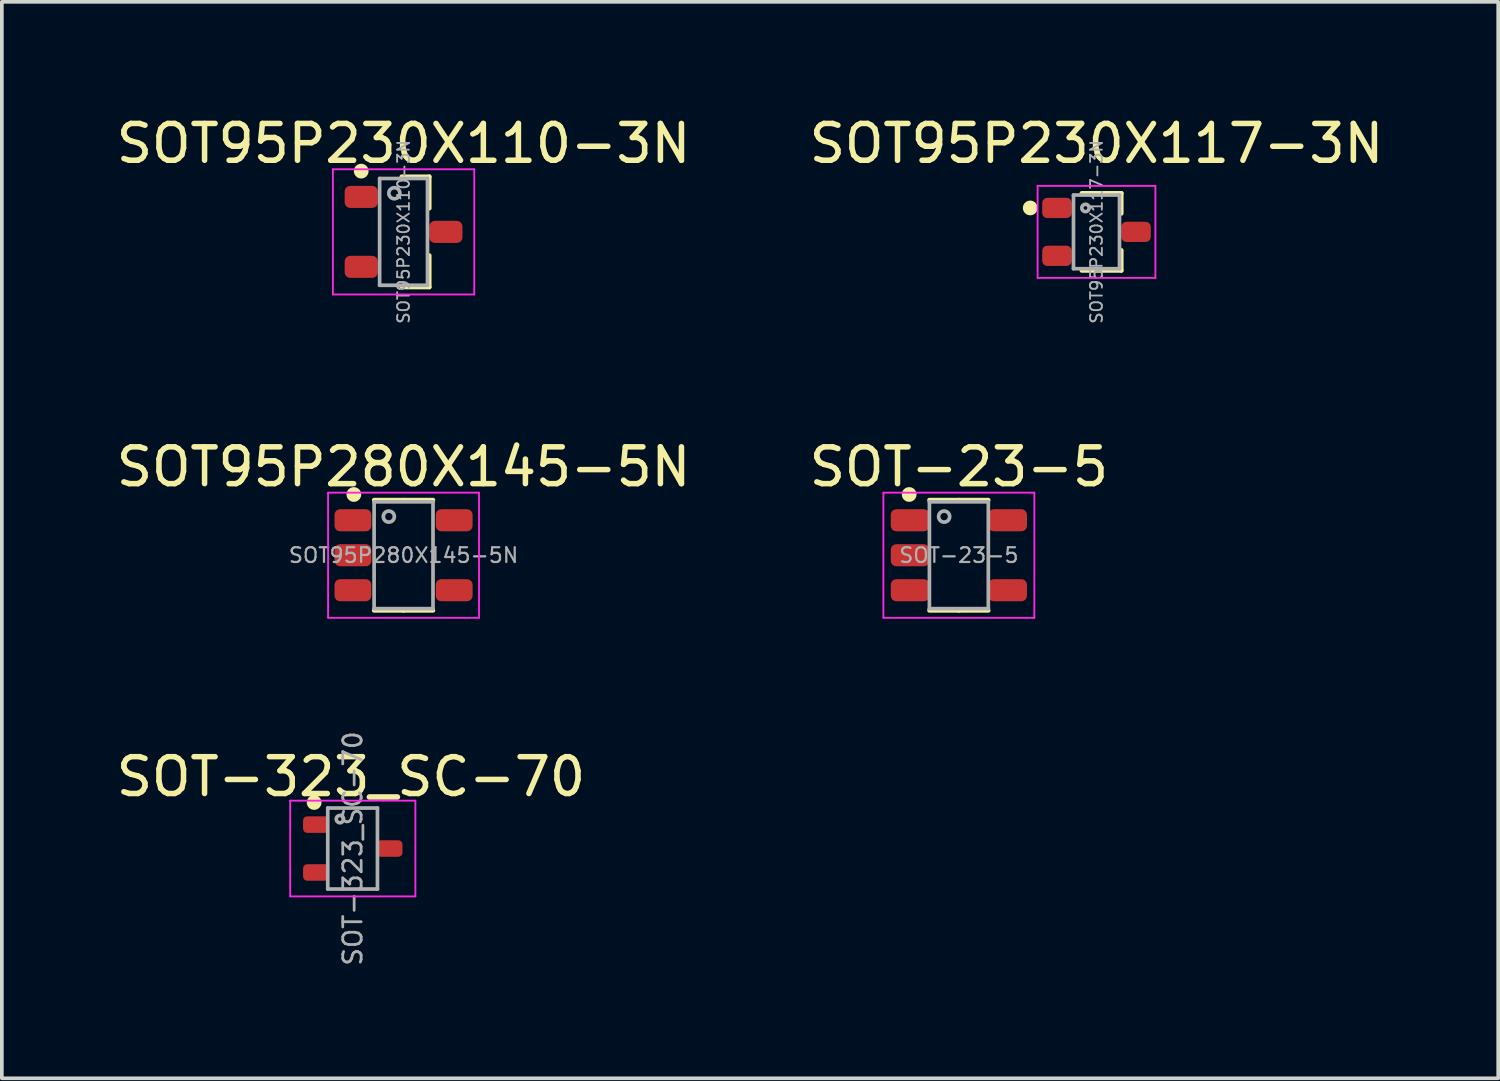
<source format=kicad_pcb>
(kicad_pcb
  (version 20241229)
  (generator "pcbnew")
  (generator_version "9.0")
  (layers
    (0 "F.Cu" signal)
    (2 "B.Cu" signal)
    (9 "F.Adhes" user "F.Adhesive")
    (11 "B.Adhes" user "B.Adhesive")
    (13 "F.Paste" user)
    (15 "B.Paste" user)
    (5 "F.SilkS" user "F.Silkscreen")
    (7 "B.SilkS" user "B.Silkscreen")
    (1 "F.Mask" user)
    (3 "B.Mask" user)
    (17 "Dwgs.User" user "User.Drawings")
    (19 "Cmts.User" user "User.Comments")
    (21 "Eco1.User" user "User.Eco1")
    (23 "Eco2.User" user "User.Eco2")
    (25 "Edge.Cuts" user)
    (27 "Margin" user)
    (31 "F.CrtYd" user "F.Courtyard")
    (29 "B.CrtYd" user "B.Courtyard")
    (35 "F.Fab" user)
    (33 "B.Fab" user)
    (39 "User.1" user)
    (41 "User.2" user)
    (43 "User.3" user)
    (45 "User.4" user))
  (footprint "SOT-323_SC-70"
    (layer "F.Cu")
    (at 6.532 19.997)
    (property "Reference" "SOT-323_SC-70" (at -0.05 -1.95 0) (layer "F.SilkS") (effects (font (size 1 1) (thickness 0.15))))
    (attr smd)
    (fp_circle (center -1.05 -1.25) (end -0.9 -1.25) (stroke (width 0.1) (type solid)) (fill yes) (layer "F.SilkS"))
    (fp_line (start -1.7 -1.3) (end 1.7 -1.3) (stroke (width 0.05) (type solid)) (layer "F.CrtYd"))
    (fp_line (start -1.7 1.3) (end -1.7 -1.3) (stroke (width 0.05) (type solid)) (layer "F.CrtYd"))
    (fp_line (start 1.7 -1.3) (end 1.7 1.3) (stroke (width 0.05) (type solid)) (layer "F.CrtYd"))
    (fp_line (start 1.7 1.3) (end -1.7 1.3) (stroke (width 0.05) (type solid)) (layer "F.CrtYd"))
    (fp_line (start -0.68 -1.1) (end -0.68 1.1) (stroke (width 0.1) (type solid)) (layer "F.Fab"))
    (fp_line (start 0.67 -1.1) (end -0.68 -1.1) (stroke (width 0.1) (type solid)) (layer "F.Fab"))
    (fp_line (start 0.67 -1.1) (end 0.67 1.1) (stroke (width 0.1) (type solid)) (layer "F.Fab"))
    (fp_line (start 0.67 1.1) (end -0.68 1.1) (stroke (width 0.1) (type solid)) (layer "F.Fab"))
    (fp_circle (center -0.35 -0.8) (end -0.25 -0.8) (stroke (width 0.1) (type solid)) (fill no) (layer "F.Fab"))
    (fp_text user "${REFERENCE}" (at 0 0 90) (layer "F.Fab") (effects (font (size 0.5 0.5) (thickness 0.075))))
    (pad "1" smd roundrect (at -1 -0.65 270) (size 0.45 0.7) (layers "F.Cu" "F.Mask" "F.Paste") (roundrect_rratio 0.25))
    (pad "2" smd roundrect (at -1 0.65 270) (size 0.45 0.7) (layers "F.Cu" "F.Mask" "F.Paste") (roundrect_rratio 0.25))
    (pad "3" smd roundrect (at 1 0 270) (size 0.45 0.7) (layers "F.Cu" "F.Mask" "F.Paste") (roundrect_rratio 0.25)))
  (footprint "SOT95P280X145-5N"
    (layer "F.Cu")
    (at 7.911 12.031)
    (property "Reference" "SOT95P280X145-5N" (at 0 -2.4 0) (layer "F.SilkS") (effects (font (size 1 1) (thickness 0.15))))
    (attr smd)
    (fp_line (start 0 -1.5) (end -0.8 -1.5) (stroke (width 0.12) (type solid)) (layer "F.SilkS"))
    (fp_line (start 0 -1.5) (end 0.8 -1.5) (stroke (width 0.12) (type solid)) (layer "F.SilkS"))
    (fp_line (start 0 1.5) (end -0.8 1.5) (stroke (width 0.12) (type solid)) (layer "F.SilkS"))
    (fp_line (start 0 1.5) (end 0.8 1.5) (stroke (width 0.12) (type solid)) (layer "F.SilkS"))
    (fp_circle (center -1.35 -1.65) (end -1.2 -1.65) (stroke (width 0.1) (type solid)) (fill yes) (layer "F.SilkS"))
    (fp_line (start -2.05 -1.7) (end -2.05 1.7) (stroke (width 0.05) (type solid)) (layer "F.CrtYd"))
    (fp_line (start -2.05 1.7) (end 2.05 1.7) (stroke (width 0.05) (type solid)) (layer "F.CrtYd"))
    (fp_line (start 2.05 -1.7) (end -2.05 -1.7) (stroke (width 0.05) (type solid)) (layer "F.CrtYd"))
    (fp_line (start 2.05 1.7) (end 2.05 -1.7) (stroke (width 0.05) (type solid)) (layer "F.CrtYd"))
    (fp_line (start -0.8 -1.45) (end 0.8 -1.45) (stroke (width 0.1) (type solid)) (layer "F.Fab"))
    (fp_line (start -0.8 1.45) (end -0.8 -1.45) (stroke (width 0.1) (type solid)) (layer "F.Fab"))
    (fp_line (start 0.8 -1.45) (end 0.8 1.45) (stroke (width 0.1) (type solid)) (layer "F.Fab"))
    (fp_line (start 0.8 1.45) (end -0.8 1.45) (stroke (width 0.1) (type solid)) (layer "F.Fab"))
    (fp_circle (center -0.4 -1.05) (end -0.25 -1.05) (stroke (width 0.1) (type solid)) (fill no) (layer "F.Fab"))
    (fp_text user "${REFERENCE}" (at 0 0 0) (layer "F.Fab") (effects (font (size 0.4 0.4) (thickness 0.06))))
    (pad "1" smd roundrect (at -1.375 -0.95) (size 1 0.6) (layers "F.Cu" "F.Mask" "F.Paste") (roundrect_rratio 0.25))
    (pad "2" smd roundrect (at -1.375 0) (size 1 0.6) (layers "F.Cu" "F.Mask" "F.Paste") (roundrect_rratio 0.25))
    (pad "3" smd roundrect (at -1.375 0.95) (size 1 0.6) (layers "F.Cu" "F.Mask" "F.Paste") (roundrect_rratio 0.25))
    (pad "4" smd roundrect (at 1.375 0.95) (size 1 0.6) (layers "F.Cu" "F.Mask" "F.Paste") (roundrect_rratio 0.25))
    (pad "5" smd roundrect (at 1.375 -0.95) (size 1 0.6) (layers "F.Cu" "F.Mask" "F.Paste") (roundrect_rratio 0.25)))
  (footprint "SOT95P230X110-3N"
    (layer "F.Cu")
    (at 7.911 3.248)
    (property "Reference" "SOT95P230X110-3N" (at 0 -2.4 0) (layer "F.SilkS") (effects (font (size 1 1) (thickness 0.15))))
    (attr smd)
    (fp_line (start -0.05 -1.5) (end 0.7 -1.5) (stroke (width 0.12) (type solid)) (layer "F.SilkS"))
    (fp_line (start -0.05 1.5) (end 0.7 1.5) (stroke (width 0.12) (type solid)) (layer "F.SilkS"))
    (fp_line (start 0.7 -0.64) (end 0.7 -1.5) (stroke (width 0.12) (type solid)) (layer "F.SilkS"))
    (fp_line (start 0.7 0.64) (end 0.7 1.5) (stroke (width 0.12) (type solid)) (layer "F.SilkS"))
    (fp_circle (center -1.15 -1.65) (end -1 -1.65) (stroke (width 0.1) (type solid)) (fill yes) (layer "F.SilkS"))
    (fp_line (start -1.92 -1.7) (end -1.92 1.7) (stroke (width 0.05) (type solid)) (layer "F.CrtYd"))
    (fp_line (start -1.92 1.7) (end 1.92 1.7) (stroke (width 0.05) (type solid)) (layer "F.CrtYd"))
    (fp_line (start 1.92 -1.7) (end -1.92 -1.7) (stroke (width 0.05) (type solid)) (layer "F.CrtYd"))
    (fp_line (start 1.92 1.7) (end 1.92 -1.7) (stroke (width 0.05) (type solid)) (layer "F.CrtYd"))
    (fp_line (start -0.65 -1.45) (end 0.65 -1.45) (stroke (width 0.1) (type solid)) (layer "F.Fab"))
    (fp_line (start -0.65 1.45) (end -0.65 -1.45) (stroke (width 0.1) (type solid)) (layer "F.Fab"))
    (fp_line (start 0.65 -1.45) (end 0.65 1.45) (stroke (width 0.1) (type solid)) (layer "F.Fab"))
    (fp_line (start 0.65 1.45) (end -0.65 1.45) (stroke (width 0.1) (type solid)) (layer "F.Fab"))
    (fp_circle (center -0.25 -1.05) (end -0.1 -1.05) (stroke (width 0.1) (type solid)) (fill no) (layer "F.Fab"))
    (fp_text user "${REFERENCE}" (at 0 0 90) (layer "F.Fab") (effects (font (size 0.32 0.32) (thickness 0.05))))
    (pad "1" smd roundrect (at -1.15 -0.95) (size 0.9 0.6) (layers "F.Cu" "F.Mask" "F.Paste") (roundrect_rratio 0.25))
    (pad "2" smd roundrect (at -1.15 0.95) (size 0.9 0.6) (layers "F.Cu" "F.Mask" "F.Paste") (roundrect_rratio 0.25))
    (pad "3" smd roundrect (at 1.15 0) (size 0.9 0.6) (layers "F.Cu" "F.Mask" "F.Paste") (roundrect_rratio 0.25)))
  (footprint "SOT95P230X117-3N"
    (layer "F.Cu")
    (at 26.732 3.248)
    (property "Reference" "SOT95P230X117-3N" (at 0 -2.4 0) (layer "F.SilkS") (effects (font (size 1 1) (thickness 0.15))))
    (attr smd)
    (fp_line (start -0.4 -1.05) (end 0.675 -1.05) (stroke (width 0.12) (type solid)) (layer "F.SilkS"))
    (fp_line (start -0.4 1.05) (end 0.675 1.05) (stroke (width 0.12) (type solid)) (layer "F.SilkS"))
    (fp_line (start 0.675 -0.5) (end 0.675 -1.05) (stroke (width 0.12) (type solid)) (layer "F.SilkS"))
    (fp_line (start 0.675 1.05) (end 0.675 0.5) (stroke (width 0.12) (type solid)) (layer "F.SilkS"))
    (fp_circle (center -1.8 -0.65) (end -1.65 -0.65) (stroke (width 0.1) (type solid)) (fill yes) (layer "F.SilkS"))
    (fp_line (start -1.6 -1.25) (end -1.6 1.25) (stroke (width 0.05) (type solid)) (layer "F.CrtYd"))
    (fp_line (start -1.6 1.25) (end 1.6 1.25) (stroke (width 0.05) (type solid)) (layer "F.CrtYd"))
    (fp_line (start 1.6 -1.25) (end -1.6 -1.25) (stroke (width 0.05) (type solid)) (layer "F.CrtYd"))
    (fp_line (start 1.6 1.25) (end 1.6 -1.25) (stroke (width 0.05) (type solid)) (layer "F.CrtYd"))
    (fp_line (start -0.625 -1) (end 0.625 -1) (stroke (width 0.1) (type solid)) (layer "F.Fab"))
    (fp_line (start -0.625 1) (end -0.625 -1) (stroke (width 0.1) (type solid)) (layer "F.Fab"))
    (fp_line (start 0.625 -1) (end 0.625 1) (stroke (width 0.1) (type solid)) (layer "F.Fab"))
    (fp_line (start 0.625 1) (end -0.625 1) (stroke (width 0.1) (type solid)) (layer "F.Fab"))
    (fp_circle (center -0.3 -0.65) (end -0.2 -0.65) (stroke (width 0.1) (type solid)) (fill no) (layer "F.Fab"))
    (fp_text user "${REFERENCE}" (at 0 0 90) (layer "F.Fab") (effects (font (size 0.32 0.32) (thickness 0.05))))
    (pad "1" smd roundrect (at -1.075 -0.65) (size 0.8 0.55) (layers "F.Cu" "F.Mask" "F.Paste") (roundrect_rratio 0.25))
    (pad "2" smd roundrect (at -1.075 0.65) (size 0.8 0.55) (layers "F.Cu" "F.Mask" "F.Paste") (roundrect_rratio 0.25))
    (pad "3" smd roundrect (at 1.075 0) (size 0.8 0.55) (layers "F.Cu" "F.Mask" "F.Paste") (roundrect_rratio 0.25)))
  (footprint "SOT-23-5"
    (layer "F.Cu")
    (at 22.994 12.031)
    (property "Reference" "SOT-23-5" (at 0 -2.4 0) (layer "F.SilkS") (effects (font (size 1 1) (thickness 0.15))))
    (attr smd)
    (fp_line (start 0 -1.5) (end -0.8 -1.5) (stroke (width 0.12) (type solid)) (layer "F.SilkS"))
    (fp_line (start 0 -1.5) (end 0.8 -1.5) (stroke (width 0.12) (type solid)) (layer "F.SilkS"))
    (fp_line (start 0 1.5) (end -0.8 1.5) (stroke (width 0.12) (type solid)) (layer "F.SilkS"))
    (fp_line (start 0 1.5) (end 0.8 1.5) (stroke (width 0.12) (type solid)) (layer "F.SilkS"))
    (fp_circle (center -1.35 -1.65) (end -1.2 -1.65) (stroke (width 0.1) (type solid)) (fill yes) (layer "F.SilkS"))
    (fp_line (start -2.05 -1.7) (end -2.05 1.7) (stroke (width 0.05) (type solid)) (layer "F.CrtYd"))
    (fp_line (start -2.05 1.7) (end 2.05 1.7) (stroke (width 0.05) (type solid)) (layer "F.CrtYd"))
    (fp_line (start 2.05 -1.7) (end -2.05 -1.7) (stroke (width 0.05) (type solid)) (layer "F.CrtYd"))
    (fp_line (start 2.05 1.7) (end 2.05 -1.7) (stroke (width 0.05) (type solid)) (layer "F.CrtYd"))
    (fp_line (start -0.8 -1.45) (end 0.8 -1.45) (stroke (width 0.1) (type solid)) (layer "F.Fab"))
    (fp_line (start -0.8 1.45) (end -0.8 -1.45) (stroke (width 0.1) (type solid)) (layer "F.Fab"))
    (fp_line (start 0.8 -1.45) (end 0.8 1.45) (stroke (width 0.1) (type solid)) (layer "F.Fab"))
    (fp_line (start 0.8 1.45) (end -0.8 1.45) (stroke (width 0.1) (type solid)) (layer "F.Fab"))
    (fp_circle (center -0.4 -1.05) (end -0.25 -1.05) (stroke (width 0.1) (type solid)) (fill no) (layer "F.Fab"))
    (fp_text user "${REFERENCE}" (at 0 0 0) (layer "F.Fab") (effects (font (size 0.4 0.4) (thickness 0.06))))
    (pad "1" smd roundrect (at -1.325 -0.95) (size 1.05 0.6) (layers "F.Cu" "F.Mask" "F.Paste") (roundrect_rratio 0.25))
    (pad "2" smd roundrect (at -1.325 0) (size 1.05 0.6) (layers "F.Cu" "F.Mask" "F.Paste") (roundrect_rratio 0.25))
    (pad "3" smd roundrect (at -1.325 0.95) (size 1.05 0.6) (layers "F.Cu" "F.Mask" "F.Paste") (roundrect_rratio 0.25))
    (pad "4" smd roundrect (at 1.325 0.95) (size 1.05 0.6) (layers "F.Cu" "F.Mask" "F.Paste") (roundrect_rratio 0.25))
    (pad "5" smd roundrect (at 1.325 -0.95) (size 1.05 0.6) (layers "F.Cu" "F.Mask" "F.Paste") (roundrect_rratio 0.25)))
  (gr_rect
    (start -3 -3)
    (end 37.643 26.238)
    (stroke (width 0.1) (type default))
    (fill no)
    (layer "Edge.Cuts")))
</source>
